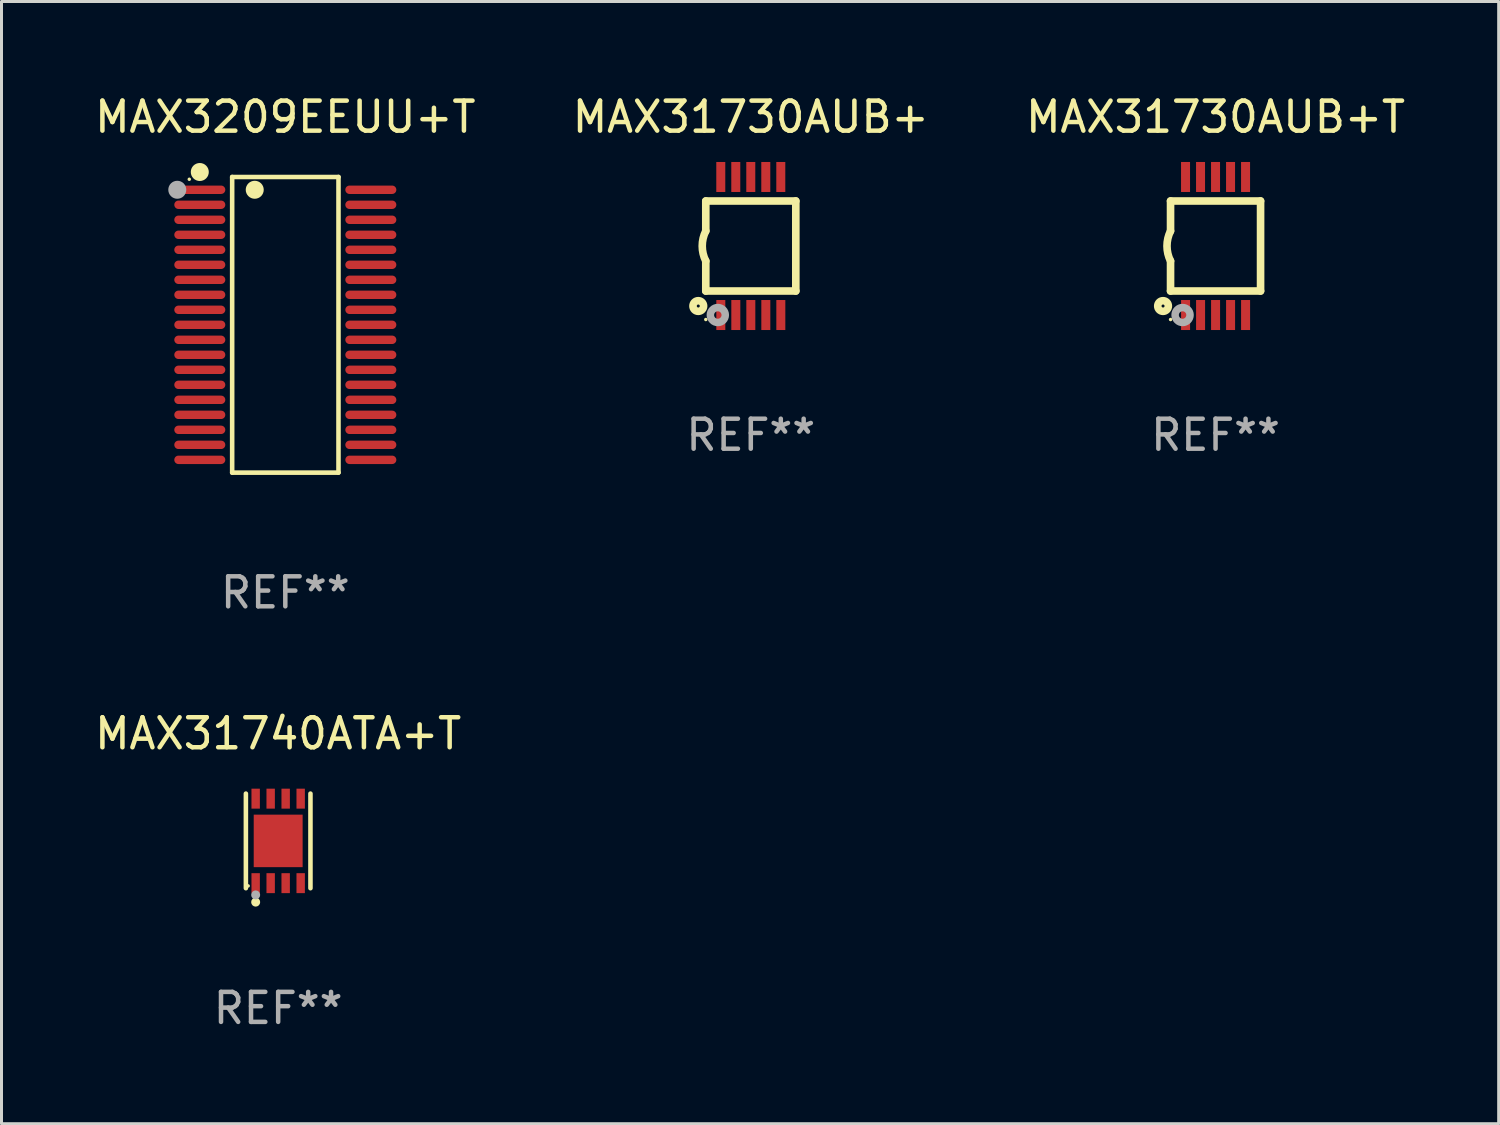
<source format=kicad_pcb>
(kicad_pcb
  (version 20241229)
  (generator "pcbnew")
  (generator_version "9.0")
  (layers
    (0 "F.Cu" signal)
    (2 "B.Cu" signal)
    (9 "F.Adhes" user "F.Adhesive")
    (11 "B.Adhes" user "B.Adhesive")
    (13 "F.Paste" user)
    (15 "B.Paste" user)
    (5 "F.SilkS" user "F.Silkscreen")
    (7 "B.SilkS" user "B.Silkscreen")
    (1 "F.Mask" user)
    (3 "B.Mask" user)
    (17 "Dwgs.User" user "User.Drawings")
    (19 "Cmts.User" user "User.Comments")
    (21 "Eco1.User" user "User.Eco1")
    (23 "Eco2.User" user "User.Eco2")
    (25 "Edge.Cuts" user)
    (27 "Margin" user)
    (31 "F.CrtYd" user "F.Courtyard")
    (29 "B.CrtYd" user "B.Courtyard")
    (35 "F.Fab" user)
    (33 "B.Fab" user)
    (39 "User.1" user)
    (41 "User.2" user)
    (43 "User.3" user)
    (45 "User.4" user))
  (footprint "MAX31730AUB+"
    (layer "F.Cu")
    (at 21.97 5.148)
    (property "Reference" "MAX31730AUB+" (at 0 -4.3 0) (layer "F.SilkS") (effects (font (size 1 1) (thickness 0.15))))
    (attr through_hole)
    (fp_line (start -1.5 -1.5) (end -1.5 -0.5) (stroke (width 0.254) (type solid)) (layer "F.SilkS"))
    (fp_line (start -1.5 1.5) (end -1.5 0.5) (stroke (width 0.254) (type solid)) (layer "F.SilkS"))
    (fp_line (start -1.5 1.5) (end 1.5 1.5) (stroke (width 0.254) (type solid)) (layer "F.SilkS"))
    (fp_line (start 1.5 1.5) (end 1.5 -1.5) (stroke (width 0.254) (type solid)) (layer "F.SilkS"))
    (fp_line (start 1.5 -1.5) (end -1.5 -1.5) (stroke (width 0.254) (type solid)) (layer "F.SilkS"))
    (fp_arc (start -1.500165 0.5) (mid -1.618199 0) (end -1.500165 -0.5) (stroke (width 0.254001) (type solid)) (layer "F.SilkS"))
    (fp_circle (center -1.75 2) (end -1.573 2) (stroke (width 0.254) (type solid)) (fill no) (layer "F.SilkS"))
    (fp_circle (center -1.499 2.45) (end -1.469 2.45) (stroke (width 0.06) (type solid)) (fill no) (layer "F.SilkS"))
    (fp_circle (center -1.099 2.3) (end -0.975 2.3) (stroke (width 0.25) (type solid)) (fill no) (layer "F.Fab"))
    (fp_text user "REF**" (at 0 6.3 0) (layer "F.Fab") (effects (font (size 1 1) (thickness 0.15))))
    (pad "1" smd rect (at -0.999 2.3 180) (size 0.3 1) (layers "F.Cu" "F.Mask" "F.Paste"))
    (pad "2" smd rect (at -0.499 2.3 180) (size 0.3 1) (layers "F.Cu" "F.Mask" "F.Paste"))
    (pad "3" smd rect (at 0.001 2.3 180) (size 0.3 1) (layers "F.Cu" "F.Mask" "F.Paste"))
    (pad "4" smd rect (at 0.501 2.3 180) (size 0.3 1) (layers "F.Cu" "F.Mask" "F.Paste"))
    (pad "5" smd rect (at 1.001 2.3 180) (size 0.3 1) (layers "F.Cu" "F.Mask" "F.Paste"))
    (pad "6" smd rect (at 1 -2.3 180) (size 0.3 1) (layers "F.Cu" "F.Mask" "F.Paste"))
    (pad "7" smd rect (at 0.5 -2.3 180) (size 0.3 1) (layers "F.Cu" "F.Mask" "F.Paste"))
    (pad "8" smd rect (at -0.000165 -2.3 180) (size 0.3 1) (layers "F.Cu" "F.Mask" "F.Paste"))
    (pad "9" smd rect (at -0.5 -2.3 180) (size 0.3 1) (layers "F.Cu" "F.Mask" "F.Paste"))
    (pad "10" smd rect (at -1 -2.3 180) (size 0.3 1) (layers "F.Cu" "F.Mask" "F.Paste")))
  (footprint "MAX31730AUB+T"
    (layer "F.Cu")
    (at 37.458 5.148)
    (property "Reference" "MAX31730AUB+T" (at 0 -4.3 0) (layer "F.SilkS") (effects (font (size 1 1) (thickness 0.15))))
    (attr through_hole)
    (fp_line (start -1.5 -1.5) (end -1.5 -0.5) (stroke (width 0.254) (type solid)) (layer "F.SilkS"))
    (fp_line (start -1.5 1.5) (end -1.5 0.5) (stroke (width 0.254) (type solid)) (layer "F.SilkS"))
    (fp_line (start -1.5 1.5) (end 1.5 1.5) (stroke (width 0.254) (type solid)) (layer "F.SilkS"))
    (fp_line (start 1.5 1.5) (end 1.5 -1.5) (stroke (width 0.254) (type solid)) (layer "F.SilkS"))
    (fp_line (start 1.5 -1.5) (end -1.5 -1.5) (stroke (width 0.254) (type solid)) (layer "F.SilkS"))
    (fp_arc (start -1.500165 0.5) (mid -1.618199 0) (end -1.500165 -0.5) (stroke (width 0.254001) (type solid)) (layer "F.SilkS"))
    (fp_circle (center -1.75 2) (end -1.573 2) (stroke (width 0.254) (type solid)) (fill no) (layer "F.SilkS"))
    (fp_circle (center -1.499 2.45) (end -1.469 2.45) (stroke (width 0.06) (type solid)) (fill no) (layer "F.SilkS"))
    (fp_circle (center -1.099 2.3) (end -0.975 2.3) (stroke (width 0.25) (type solid)) (fill no) (layer "F.Fab"))
    (fp_text user "REF**" (at 0 6.3 0) (layer "F.Fab") (effects (font (size 1 1) (thickness 0.15))))
    (pad "1" smd rect (at -0.999 2.3 180) (size 0.3 1) (layers "F.Cu" "F.Mask" "F.Paste"))
    (pad "2" smd rect (at -0.499 2.3 180) (size 0.3 1) (layers "F.Cu" "F.Mask" "F.Paste"))
    (pad "3" smd rect (at 0.001 2.3 180) (size 0.3 1) (layers "F.Cu" "F.Mask" "F.Paste"))
    (pad "4" smd rect (at 0.501 2.3 180) (size 0.3 1) (layers "F.Cu" "F.Mask" "F.Paste"))
    (pad "5" smd rect (at 1.001 2.3 180) (size 0.3 1) (layers "F.Cu" "F.Mask" "F.Paste"))
    (pad "6" smd rect (at 1 -2.3 180) (size 0.3 1) (layers "F.Cu" "F.Mask" "F.Paste"))
    (pad "7" smd rect (at 0.5 -2.3 180) (size 0.3 1) (layers "F.Cu" "F.Mask" "F.Paste"))
    (pad "8" smd rect (at -0.000165 -2.3 180) (size 0.3 1) (layers "F.Cu" "F.Mask" "F.Paste"))
    (pad "9" smd rect (at -0.5 -2.3 180) (size 0.3 1) (layers "F.Cu" "F.Mask" "F.Paste"))
    (pad "10" smd rect (at -1 -2.3 180) (size 0.3 1) (layers "F.Cu" "F.Mask" "F.Paste")))
  (footprint "MAX31740ATA+T"
    (layer "F.Cu")
    (at 6.22 24.973)
    (property "Reference" "MAX31740ATA+T" (at 0 -3.576 0) (layer "F.SilkS") (effects (font (size 1 1) (thickness 0.15))))
    (attr through_hole)
    (fp_line (start -1.076 1.576) (end -1.076 -1.576) (stroke (width 0.152) (type solid)) (layer "F.SilkS"))
    (fp_line (start 1.076 1.576) (end 1.076 -1.576) (stroke (width 0.152) (type solid)) (layer "F.SilkS"))
    (fp_circle (center -1 1.5) (end -0.97 1.5) (stroke (width 0.06) (type solid)) (fill no) (layer "F.SilkS"))
    (fp_circle (center -0.75 2.04) (end -0.675 2.04) (stroke (width 0.15) (type solid)) (fill no) (layer "F.SilkS"))
    (fp_circle (center -0.75 1.8) (end -0.675 1.8) (stroke (width 0.15) (type solid)) (fill no) (layer "F.Fab"))
    (fp_text user "REF**" (at 0 5.576 0) (layer "F.Fab") (effects (font (size 1 1) (thickness 0.15))))
    (pad "1" smd rect (at -0.75 1.408) (size 0.28 0.665) (layers "F.Cu" "F.Mask" "F.Paste"))
    (pad "2" smd rect (at -0.25 1.408) (size 0.28 0.665) (layers "F.Cu" "F.Mask" "F.Paste"))
    (pad "3" smd rect (at 0.25 1.408) (size 0.28 0.665) (layers "F.Cu" "F.Mask" "F.Paste"))
    (pad "4" smd rect (at 0.75 1.408) (size 0.28 0.665) (layers "F.Cu" "F.Mask" "F.Paste"))
    (pad "5" smd rect (at 0.75 -1.408) (size 0.28 0.665) (layers "F.Cu" "F.Mask" "F.Paste"))
    (pad "6" smd rect (at 0.25 -1.408) (size 0.28 0.665) (layers "F.Cu" "F.Mask" "F.Paste"))
    (pad "7" smd rect (at -0.25 -1.408) (size 0.28 0.665) (layers "F.Cu" "F.Mask" "F.Paste"))
    (pad "8" smd rect (at -0.75 -1.408) (size 0.28 0.665) (layers "F.Cu" "F.Mask" "F.Paste"))
    (pad "9" smd rect (at -0.000025 -0.000102) (size 1.63 1.75) (layers "F.Cu" "F.Mask" "F.Paste")))
  (footprint "MAX3209EEUU+T"
    (layer "F.Cu")
    (at 6.458 7.774)
    (property "Reference" "MAX3209EEUU+T" (at 0 -6.926 0) (layer "F.SilkS") (effects (font (size 1 1) (thickness 0.15))))
    (attr through_hole)
    (fp_line (start -1.771 -4.926) (end 1.772 -4.926) (stroke (width 0.152) (type solid)) (layer "F.SilkS"))
    (fp_line (start -1.771 4.926) (end -1.771 -4.926) (stroke (width 0.152) (type solid)) (layer "F.SilkS"))
    (fp_line (start 1.772 -4.926) (end 1.772 4.926) (stroke (width 0.152) (type solid)) (layer "F.SilkS"))
    (fp_line (start 1.772 4.926) (end -1.771 4.926) (stroke (width 0.152) (type solid)) (layer "F.SilkS"))
    (fp_circle (center -3.2 -4.85) (end -3.17 -4.85) (stroke (width 0.06) (type solid)) (fill no) (layer "F.SilkS"))
    (fp_circle (center -2.85 -5.092) (end -2.7 -5.092) (stroke (width 0.3) (type solid)) (fill no) (layer "F.SilkS"))
    (fp_circle (center -1.019 -4.5) (end -0.869 -4.5) (stroke (width 0.3) (type solid)) (fill no) (layer "F.SilkS"))
    (fp_circle (center -3.6 -4.5) (end -3.45 -4.5) (stroke (width 0.3) (type solid)) (fill no) (layer "F.Fab"))
    (fp_text user "REF**" (at 0 8.926 0) (layer "F.Fab") (effects (font (size 1 1) (thickness 0.15))))
    (pad "1" smd oval (at -2.85 -4.5 270) (size 0.28 1.7) (layers "F.Cu" "F.Mask" "F.Paste"))
    (pad "2" smd oval (at -2.85 -4 270) (size 0.28 1.7) (layers "F.Cu" "F.Mask" "F.Paste"))
    (pad "3" smd oval (at -2.85 -3.5 270) (size 0.28 1.7) (layers "F.Cu" "F.Mask" "F.Paste"))
    (pad "4" smd oval (at -2.85 -3 270) (size 0.28 1.7) (layers "F.Cu" "F.Mask" "F.Paste"))
    (pad "5" smd oval (at -2.85 -2.5 270) (size 0.28 1.7) (layers "F.Cu" "F.Mask" "F.Paste"))
    (pad "6" smd oval (at -2.85 -2 270) (size 0.28 1.7) (layers "F.Cu" "F.Mask" "F.Paste"))
    (pad "7" smd oval (at -2.85 -1.5 270) (size 0.28 1.7) (layers "F.Cu" "F.Mask" "F.Paste"))
    (pad "8" smd oval (at -2.85 -1 270) (size 0.28 1.7) (layers "F.Cu" "F.Mask" "F.Paste"))
    (pad "9" smd oval (at -2.85 -0.5 270) (size 0.28 1.7) (layers "F.Cu" "F.Mask" "F.Paste"))
    (pad "10" smd oval (at -2.85 0.000051 270) (size 0.28 1.7) (layers "F.Cu" "F.Mask" "F.Paste"))
    (pad "11" smd oval (at -2.85 0.5 270) (size 0.28 1.7) (layers "F.Cu" "F.Mask" "F.Paste"))
    (pad "12" smd oval (at -2.85 1 270) (size 0.28 1.7) (layers "F.Cu" "F.Mask" "F.Paste"))
    (pad "13" smd oval (at -2.85 1.5 270) (size 0.28 1.7) (layers "F.Cu" "F.Mask" "F.Paste"))
    (pad "14" smd oval (at -2.85 2 270) (size 0.28 1.7) (layers "F.Cu" "F.Mask" "F.Paste"))
    (pad "15" smd oval (at -2.85 2.5 270) (size 0.28 1.7) (layers "F.Cu" "F.Mask" "F.Paste"))
    (pad "16" smd oval (at -2.85 3 270) (size 0.28 1.7) (layers "F.Cu" "F.Mask" "F.Paste"))
    (pad "17" smd oval (at -2.85 3.5 270) (size 0.28 1.7) (layers "F.Cu" "F.Mask" "F.Paste"))
    (pad "18" smd oval (at -2.85 4 270) (size 0.28 1.7) (layers "F.Cu" "F.Mask" "F.Paste"))
    (pad "19" smd oval (at -2.85 4.5 270) (size 0.28 1.7) (layers "F.Cu" "F.Mask" "F.Paste"))
    (pad "20" smd oval (at 2.85 4.5 270) (size 0.28 1.7) (layers "F.Cu" "F.Mask" "F.Paste"))
    (pad "21" smd oval (at 2.85 4 270) (size 0.28 1.7) (layers "F.Cu" "F.Mask" "F.Paste"))
    (pad "22" smd oval (at 2.85 3.5 270) (size 0.28 1.7) (layers "F.Cu" "F.Mask" "F.Paste"))
    (pad "23" smd oval (at 2.85 3 270) (size 0.28 1.7) (layers "F.Cu" "F.Mask" "F.Paste"))
    (pad "24" smd oval (at 2.85 2.5 270) (size 0.28 1.7) (layers "F.Cu" "F.Mask" "F.Paste"))
    (pad "25" smd oval (at 2.85 2 270) (size 0.28 1.7) (layers "F.Cu" "F.Mask" "F.Paste"))
    (pad "26" smd oval (at 2.85 1.5 270) (size 0.28 1.7) (layers "F.Cu" "F.Mask" "F.Paste"))
    (pad "27" smd oval (at 2.85 1 270) (size 0.28 1.7) (layers "F.Cu" "F.Mask" "F.Paste"))
    (pad "28" smd oval (at 2.85 0.5 270) (size 0.28 1.7) (layers "F.Cu" "F.Mask" "F.Paste"))
    (pad "29" smd oval (at 2.85 0.000051 270) (size 0.28 1.7) (layers "F.Cu" "F.Mask" "F.Paste"))
    (pad "30" smd oval (at 2.85 -0.5 270) (size 0.28 1.7) (layers "F.Cu" "F.Mask" "F.Paste"))
    (pad "31" smd oval (at 2.85 -1 270) (size 0.28 1.7) (layers "F.Cu" "F.Mask" "F.Paste"))
    (pad "32" smd oval (at 2.85 -1.5 270) (size 0.28 1.7) (layers "F.Cu" "F.Mask" "F.Paste"))
    (pad "33" smd oval (at 2.85 -2 270) (size 0.28 1.7) (layers "F.Cu" "F.Mask" "F.Paste"))
    (pad "34" smd oval (at 2.85 -2.5 270) (size 0.28 1.7) (layers "F.Cu" "F.Mask" "F.Paste"))
    (pad "35" smd oval (at 2.85 -3 270) (size 0.28 1.7) (layers "F.Cu" "F.Mask" "F.Paste"))
    (pad "36" smd oval (at 2.85 -3.5 270) (size 0.28 1.7) (layers "F.Cu" "F.Mask" "F.Paste"))
    (pad "37" smd oval (at 2.85 -4 270) (size 0.28 1.7) (layers "F.Cu" "F.Mask" "F.Paste"))
    (pad "38" smd oval (at 2.85 -4.5 270) (size 0.28 1.7) (layers "F.Cu" "F.Mask" "F.Paste")))
  (gr_rect
    (start -3 -3)
    (end 46.893 34.398)
    (stroke (width 0.1) (type default))
    (fill no)
    (layer "Edge.Cuts")))
</source>
